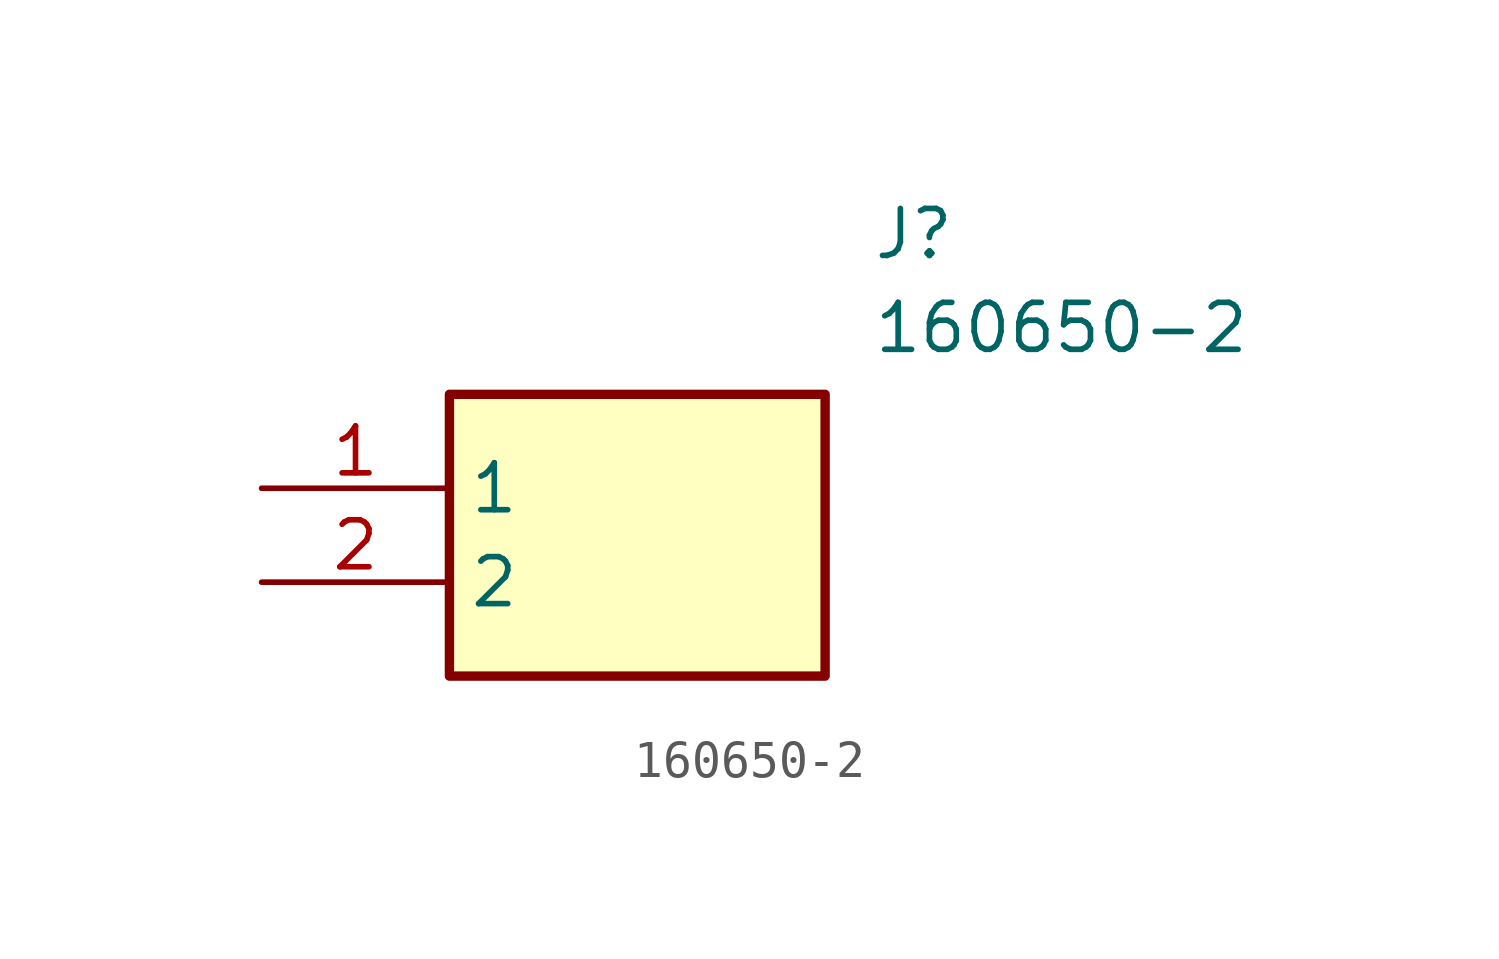
<source format=kicad_sym>
(kicad_symbol_lib
  (version 20211014)
  (generator SamacSys_ECAD_Model)
  (symbol "160650-2"
    (property "Reference" "J"
      (at 16.51 7.62 0)
      (effects (font (size 1.27 1.27)) (justify left top)))
    (property "Value" "160650-2"
      (at 16.51 5.08 0)
      (effects (font (size 1.27 1.27)) (justify left top)))
    (rectangle
      (start 5.08 2.54)
      (end 15.24 -5.08)
      (stroke (width 0.254) (type default))
      (fill (type background)))
    (pin passive line
      (at 0 0 0)
      (length 5.08)
      (name "1" (effects (font (size 1.27 1.27))))
      (number "1" (effects (font (size 1.27 1.27)))))
    (pin passive line
      (at 0 -2.54 0)
      (length 5.08)
      (name "2" (effects (font (size 1.27 1.27))))
      (number "2" (effects (font (size 1.27 1.27)))))))
</source>
